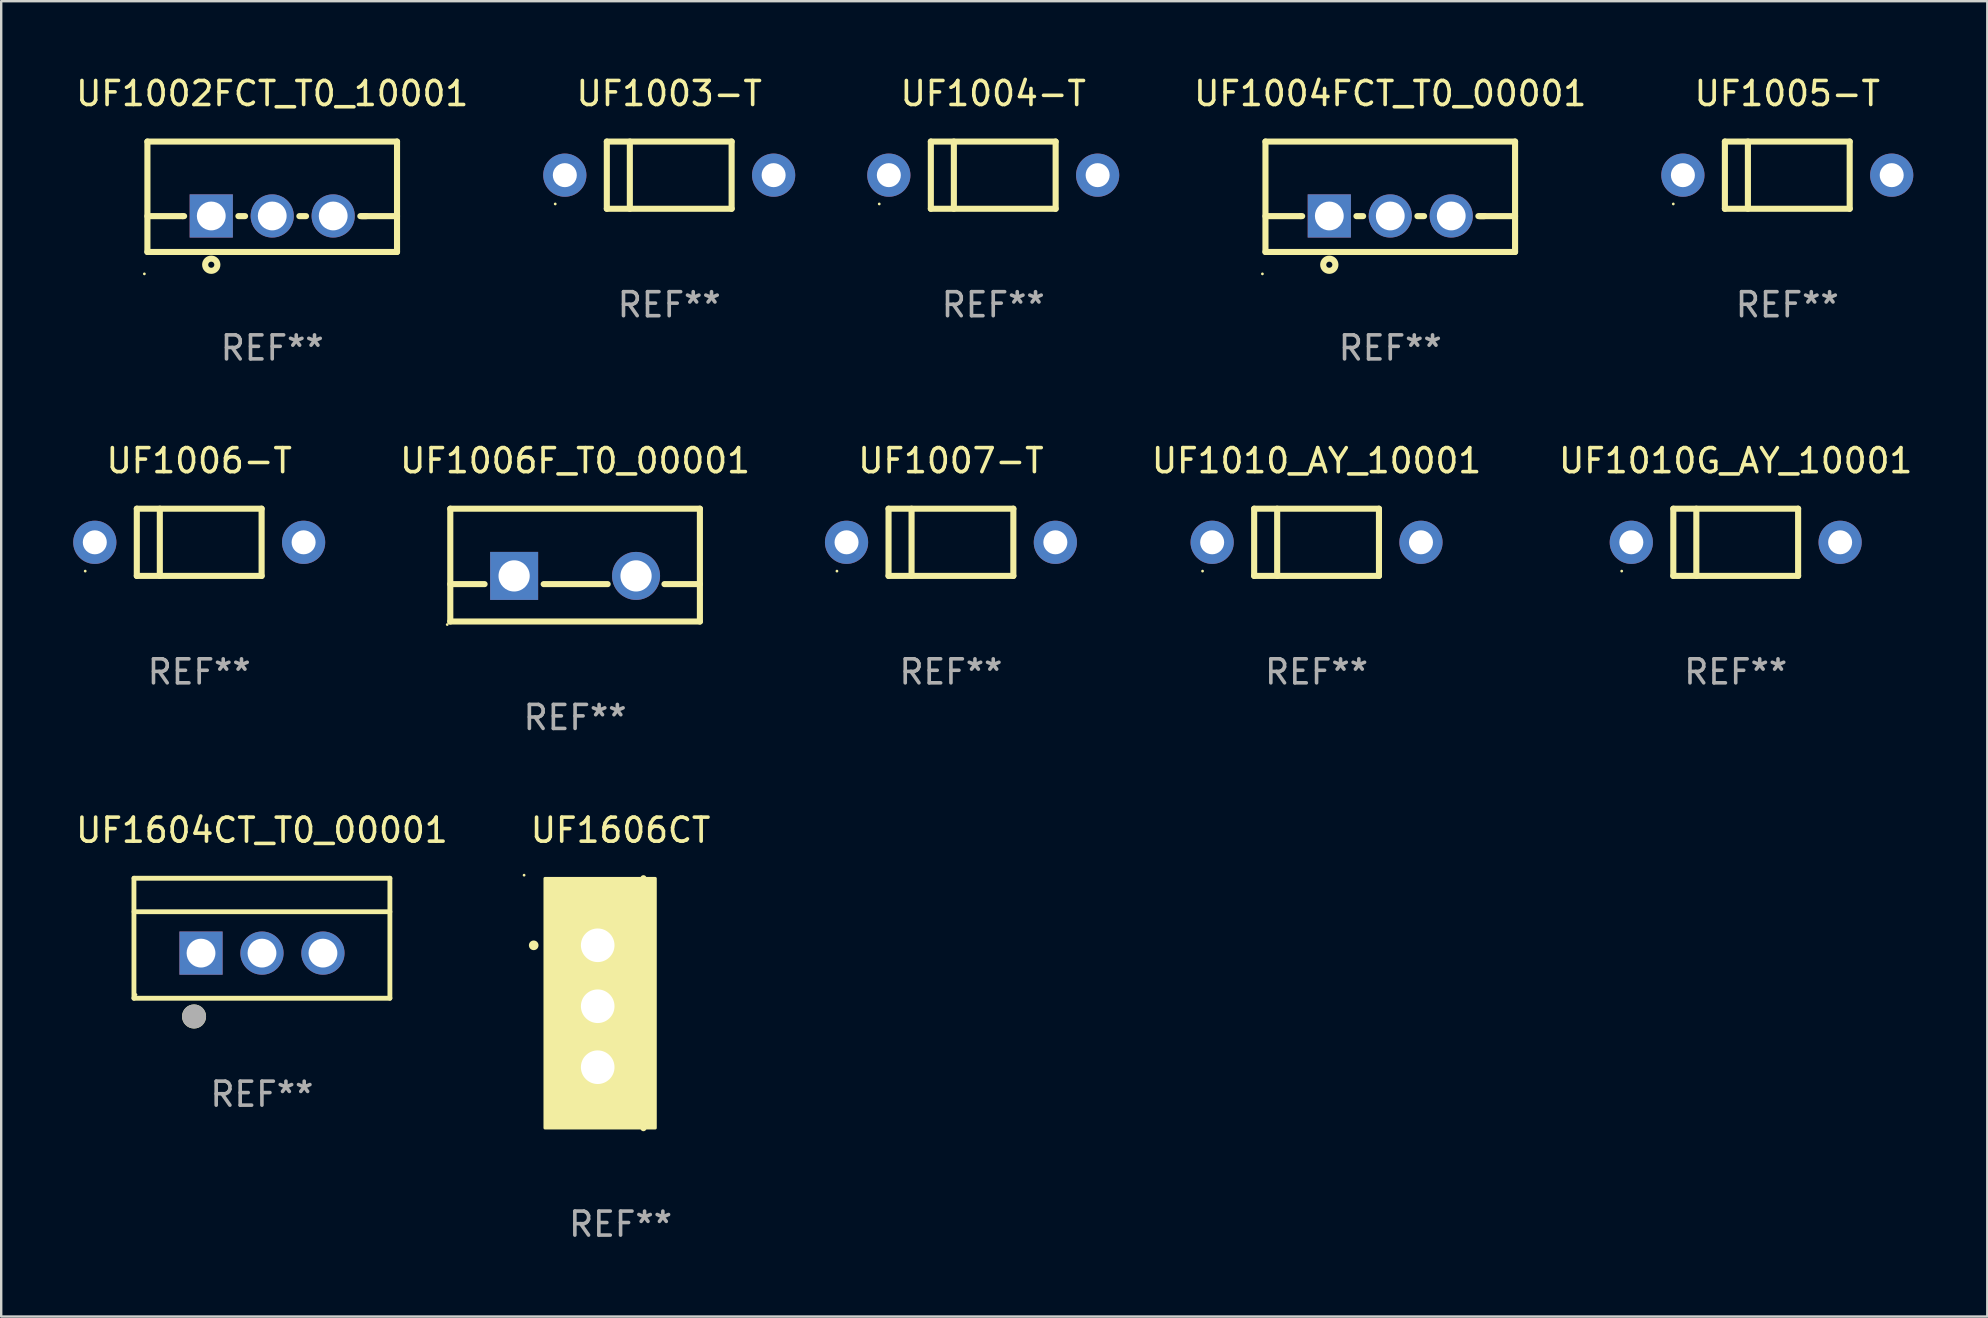
<source format=kicad_pcb>
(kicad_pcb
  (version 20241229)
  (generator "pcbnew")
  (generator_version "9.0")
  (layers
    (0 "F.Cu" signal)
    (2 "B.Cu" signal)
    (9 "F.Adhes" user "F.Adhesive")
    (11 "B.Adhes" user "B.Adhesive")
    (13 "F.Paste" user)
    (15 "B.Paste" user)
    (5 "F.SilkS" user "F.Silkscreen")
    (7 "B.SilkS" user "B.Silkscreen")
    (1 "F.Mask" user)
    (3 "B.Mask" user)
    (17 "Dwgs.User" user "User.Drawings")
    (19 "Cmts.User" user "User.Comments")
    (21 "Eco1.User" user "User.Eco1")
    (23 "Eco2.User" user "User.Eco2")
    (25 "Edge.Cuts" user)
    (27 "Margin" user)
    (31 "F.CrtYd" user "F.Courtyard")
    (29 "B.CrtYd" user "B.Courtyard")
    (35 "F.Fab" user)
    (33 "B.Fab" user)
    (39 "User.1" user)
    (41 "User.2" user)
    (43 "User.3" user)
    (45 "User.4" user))
  (footprint "UF1003-T"
    (layer "F.Cu")
    (at 24.833 4.248)
    (property "Reference" "UF1003-T" (at 0 -3.4 0) (layer "F.SilkS") (effects (font (size 1 1) (thickness 0.15))))
    (attr through_hole)
    (fp_line (start -2.6 -1.4) (end -2.6 1.4) (stroke (width 0.254) (type solid)) (layer "F.SilkS"))
    (fp_line (start -2.6 -1.4) (end 2.6 -1.4) (stroke (width 0.254) (type solid)) (layer "F.SilkS"))
    (fp_line (start -2.6 1.4) (end 2.6 1.4) (stroke (width 0.254) (type solid)) (layer "F.SilkS"))
    (fp_line (start -1.641 -1.4) (end -1.641 1.4) (stroke (width 0.254) (type solid)) (layer "F.SilkS"))
    (fp_line (start 2.6 -1.4) (end 2.6 1.4) (stroke (width 0.254) (type solid)) (layer "F.SilkS"))
    (fp_circle (center -4.75 1.2) (end -4.72 1.2) (stroke (width 0.06) (type solid)) (fill no) (layer "F.SilkS"))
    (fp_text user "REF**" (at 0 5.4 0) (layer "F.Fab") (effects (font (size 1 1) (thickness 0.15))))
    (pad "1" thru_hole circle (at -4.35 0) (size 1.8 1.8) (drill 1) (layers "*.Cu" "*.Mask"))
    (pad "2" thru_hole circle (at 4.35 0) (size 1.8 1.8) (drill 1) (layers "*.Cu" "*.Mask")))
  (footprint "UF1006F_T0_00001"
    (layer "F.Cu")
    (at 20.911 20.495)
    (property "Reference" "UF1006F_T0_00001" (at 0 -4.35 0) (layer "F.SilkS") (effects (font (size 1 1) (thickness 0.15))))
    (attr through_hole)
    (fp_line (start -5.2 -2.35) (end -5.2 2.35) (stroke (width 0.254) (type solid)) (layer "F.SilkS"))
    (fp_line (start -5.2 -2.35) (end 5.2 -2.35) (stroke (width 0.254) (type solid)) (layer "F.SilkS"))
    (fp_line (start -5.2 0.792) (end -3.771 0.792) (stroke (width 0.254) (type solid)) (layer "F.SilkS"))
    (fp_line (start -5.2 2.35) (end 5.2 2.35) (stroke (width 0.254) (type solid)) (layer "F.SilkS"))
    (fp_line (start -1.309 0.792) (end 1.357 0.792) (stroke (width 0.254) (type solid)) (layer "F.SilkS"))
    (fp_line (start 3.723 0.792) (end 5.2 0.792) (stroke (width 0.254) (type solid)) (layer "F.SilkS"))
    (fp_line (start 5.2 -2.35) (end 5.2 2.35) (stroke (width 0.254) (type solid)) (layer "F.SilkS"))
    (fp_circle (center -5.327 2.477) (end -5.297 2.477) (stroke (width 0.06) (type solid)) (fill no) (layer "F.SilkS"))
    (fp_text user "REF**" (at 0 6.35 0) (layer "F.Fab") (effects (font (size 1 1) (thickness 0.15))))
    (pad "1" thru_hole rect (at -2.54 0.45) (size 2 2) (drill 1.3) (layers "*.Cu" "*.Mask"))
    (pad "2" thru_hole circle (at 2.54 0.45) (size 2 2) (drill 1.3) (layers "*.Cu" "*.Mask")))
  (footprint "UF1010_AY_10001"
    (layer "F.Cu")
    (at 51.804 19.545)
    (property "Reference" "UF1010_AY_10001" (at 0 -3.4 0) (layer "F.SilkS") (effects (font (size 1 1) (thickness 0.15))))
    (attr through_hole)
    (fp_line (start -2.6 -1.4) (end -2.6 1.4) (stroke (width 0.254) (type solid)) (layer "F.SilkS"))
    (fp_line (start -2.6 -1.4) (end 2.6 -1.4) (stroke (width 0.254) (type solid)) (layer "F.SilkS"))
    (fp_line (start -2.6 1.4) (end 2.6 1.4) (stroke (width 0.254) (type solid)) (layer "F.SilkS"))
    (fp_line (start -1.641 -1.4) (end -1.641 1.4) (stroke (width 0.254) (type solid)) (layer "F.SilkS"))
    (fp_line (start 2.6 -1.4) (end 2.6 1.4) (stroke (width 0.254) (type solid)) (layer "F.SilkS"))
    (fp_circle (center -4.75 1.2) (end -4.72 1.2) (stroke (width 0.06) (type solid)) (fill no) (layer "F.SilkS"))
    (fp_text user "REF**" (at 0 5.4 0) (layer "F.Fab") (effects (font (size 1 1) (thickness 0.15))))
    (pad "1" thru_hole circle (at -4.35 0) (size 1.8 1.8) (drill 1) (layers "*.Cu" "*.Mask"))
    (pad "2" thru_hole circle (at 4.35 0) (size 1.8 1.8) (drill 1) (layers "*.Cu" "*.Mask")))
  (footprint "UF1007-T"
    (layer "F.Cu")
    (at 36.571 19.545)
    (property "Reference" "UF1007-T" (at 0 -3.4 0) (layer "F.SilkS") (effects (font (size 1 1) (thickness 0.15))))
    (attr through_hole)
    (fp_line (start -2.6 -1.4) (end -2.6 1.4) (stroke (width 0.254) (type solid)) (layer "F.SilkS"))
    (fp_line (start -2.6 -1.4) (end 2.6 -1.4) (stroke (width 0.254) (type solid)) (layer "F.SilkS"))
    (fp_line (start -2.6 1.4) (end 2.6 1.4) (stroke (width 0.254) (type solid)) (layer "F.SilkS"))
    (fp_line (start -1.641 -1.4) (end -1.641 1.4) (stroke (width 0.254) (type solid)) (layer "F.SilkS"))
    (fp_line (start 2.6 -1.4) (end 2.6 1.4) (stroke (width 0.254) (type solid)) (layer "F.SilkS"))
    (fp_circle (center -4.75 1.2) (end -4.72 1.2) (stroke (width 0.06) (type solid)) (fill no) (layer "F.SilkS"))
    (fp_text user "REF**" (at 0 5.4 0) (layer "F.Fab") (effects (font (size 1 1) (thickness 0.15))))
    (pad "1" thru_hole circle (at -4.35 0) (size 1.8 1.8) (drill 1) (layers "*.Cu" "*.Mask"))
    (pad "2" thru_hole circle (at 4.35 0) (size 1.8 1.8) (drill 1) (layers "*.Cu" "*.Mask")))
  (footprint "UF1606CT"
    (layer "F.Cu")
    (at 22.806 38.748)
    (property "Reference" "UF1606CT" (at 0 -7.207 0) (layer "F.SilkS") (effects (font (size 1 1) (thickness 0.15))))
    (attr through_hole)
    (fp_line (start 0.953 5.207) (end 0.953 -5.207) (stroke (width 0.254) (type solid)) (layer "F.SilkS"))
    (fp_arc (start -3.619507 -2.410465) (mid -3.619511 -2.411735) (end -3.619507 -2.413005) (stroke (width 0.4) (type solid)) (layer "F.SilkS"))
    (fp_circle (center -4.02 -5.334) (end -3.99 -5.334) (stroke (width 0.06) (type solid)) (fill no) (layer "F.SilkS"))
    (fp_poly (pts (xy -3.152 -5.2) (xy 1.448 -5.2) (xy 1.448 5.2) (xy -3.152 5.2)) (stroke (width 0.12) (type solid)) (fill yes) (layer "F.SilkS"))
    (fp_text user "REF**" (at 0 9.207 0) (layer "F.Fab") (effects (font (size 1 1) (thickness 0.15))))
    (pad "1" thru_hole rect (at -0.953 -2.413 270) (size 2 2.5) (drill 1.4) (layers "*.Cu" "*.Mask"))
    (pad "2" thru_hole oval (at -0.953 0.127 270) (size 2 2.5) (drill 1.4) (layers "*.Cu" "*.Mask"))
    (pad "3" thru_hole oval (at -0.953 2.667 270) (size 2 2.5) (drill 1.4) (layers "*.Cu" "*.Mask")))
  (footprint "UF1010G_AY_10001"
    (layer "F.Cu")
    (at 69.268 19.545)
    (property "Reference" "UF1010G_AY_10001" (at 0 -3.4 0) (layer "F.SilkS") (effects (font (size 1 1) (thickness 0.15))))
    (attr through_hole)
    (fp_line (start -2.6 -1.4) (end -2.6 1.4) (stroke (width 0.254) (type solid)) (layer "F.SilkS"))
    (fp_line (start -2.6 -1.4) (end 2.6 -1.4) (stroke (width 0.254) (type solid)) (layer "F.SilkS"))
    (fp_line (start -2.6 1.4) (end 2.6 1.4) (stroke (width 0.254) (type solid)) (layer "F.SilkS"))
    (fp_line (start -1.641 -1.4) (end -1.641 1.4) (stroke (width 0.254) (type solid)) (layer "F.SilkS"))
    (fp_line (start 2.6 -1.4) (end 2.6 1.4) (stroke (width 0.254) (type solid)) (layer "F.SilkS"))
    (fp_circle (center -4.75 1.2) (end -4.72 1.2) (stroke (width 0.06) (type solid)) (fill no) (layer "F.SilkS"))
    (fp_text user "REF**" (at 0 5.4 0) (layer "F.Fab") (effects (font (size 1 1) (thickness 0.15))))
    (pad "1" thru_hole circle (at -4.35 0) (size 1.8 1.8) (drill 1) (layers "*.Cu" "*.Mask"))
    (pad "2" thru_hole circle (at 4.35 0) (size 1.8 1.8) (drill 1) (layers "*.Cu" "*.Mask")))
  (footprint "UF1002FCT_T0_10001"
    (layer "F.Cu")
    (at 8.292 5.148)
    (property "Reference" "UF1002FCT_T0_10001" (at 0 -4.3 0) (layer "F.SilkS") (effects (font (size 1 1) (thickness 0.15))))
    (attr through_hole)
    (fp_line (start -5.2 -2.3) (end -5.2 2.3) (stroke (width 0.254) (type solid)) (layer "F.SilkS"))
    (fp_line (start -5.2 -2.3) (end 5.2 -2.3) (stroke (width 0.254) (type solid)) (layer "F.SilkS"))
    (fp_line (start -5.2 0.807) (end -3.731 0.807) (stroke (width 0.254) (type solid)) (layer "F.SilkS"))
    (fp_line (start -5.2 2.3) (end 5.2 2.3) (stroke (width 0.254) (type solid)) (layer "F.SilkS"))
    (fp_line (start -3.731 0.807) (end -3.671 0.807) (stroke (width 0.254) (type solid)) (layer "F.SilkS"))
    (fp_line (start -1.409 0.807) (end -1.131 0.807) (stroke (width 0.254) (type solid)) (layer "F.SilkS"))
    (fp_line (start 1.131 0.807) (end 1.409 0.807) (stroke (width 0.254) (type solid)) (layer "F.SilkS"))
    (fp_line (start 3.671 0.807) (end 3.926 0.807) (stroke (width 0.254) (type solid)) (layer "F.SilkS"))
    (fp_line (start 3.731 0.807) (end 5.2 0.807) (stroke (width 0.254) (type solid)) (layer "F.SilkS"))
    (fp_line (start 5.2 -2.3) (end 5.2 2.3) (stroke (width 0.254) (type solid)) (layer "F.SilkS"))
    (fp_circle (center -5.327 3.213) (end -5.297 3.213) (stroke (width 0.06) (type solid)) (fill no) (layer "F.SilkS"))
    (fp_circle (center -2.54 2.832) (end -2.286 2.832) (stroke (width 0.254) (type solid)) (fill no) (layer "F.SilkS"))
    (fp_text user "REF**" (at 0 6.3 0) (layer "F.Fab") (effects (font (size 1 1) (thickness 0.15))))
    (pad "1" thru_hole rect (at -2.54 0.8) (size 1.8 1.8) (drill 1.2) (layers "*.Cu" "*.Mask"))
    (pad "2" thru_hole circle (at 0 0.8) (size 1.8 1.8) (drill 1.2) (layers "*.Cu" "*.Mask"))
    (pad "3" thru_hole circle (at 2.54 0.8) (size 1.8 1.8) (drill 1.2) (layers "*.Cu" "*.Mask")))
  (footprint "UF1005-T"
    (layer "F.Cu")
    (at 71.417 4.248)
    (property "Reference" "UF1005-T" (at 0 -3.4 0) (layer "F.SilkS") (effects (font (size 1 1) (thickness 0.15))))
    (attr through_hole)
    (fp_line (start -2.6 -1.4) (end -2.6 1.4) (stroke (width 0.254) (type solid)) (layer "F.SilkS"))
    (fp_line (start -2.6 -1.4) (end 2.6 -1.4) (stroke (width 0.254) (type solid)) (layer "F.SilkS"))
    (fp_line (start -2.6 1.4) (end 2.6 1.4) (stroke (width 0.254) (type solid)) (layer "F.SilkS"))
    (fp_line (start -1.641 -1.4) (end -1.641 1.4) (stroke (width 0.254) (type solid)) (layer "F.SilkS"))
    (fp_line (start 2.6 -1.4) (end 2.6 1.4) (stroke (width 0.254) (type solid)) (layer "F.SilkS"))
    (fp_circle (center -4.75 1.2) (end -4.72 1.2) (stroke (width 0.06) (type solid)) (fill no) (layer "F.SilkS"))
    (fp_text user "REF**" (at 0 5.4 0) (layer "F.Fab") (effects (font (size 1 1) (thickness 0.15))))
    (pad "1" thru_hole circle (at -4.35 0) (size 1.8 1.8) (drill 1) (layers "*.Cu" "*.Mask"))
    (pad "2" thru_hole circle (at 4.35 0) (size 1.8 1.8) (drill 1) (layers "*.Cu" "*.Mask")))
  (footprint "UF1004FCT_T0_00001"
    (layer "F.Cu")
    (at 54.875 5.148)
    (property "Reference" "UF1004FCT_T0_00001" (at 0 -4.3 0) (layer "F.SilkS") (effects (font (size 1 1) (thickness 0.15))))
    (attr through_hole)
    (fp_line (start -5.2 -2.3) (end -5.2 2.3) (stroke (width 0.254) (type solid)) (layer "F.SilkS"))
    (fp_line (start -5.2 -2.3) (end 5.2 -2.3) (stroke (width 0.254) (type solid)) (layer "F.SilkS"))
    (fp_line (start -5.2 0.807) (end -3.731 0.807) (stroke (width 0.254) (type solid)) (layer "F.SilkS"))
    (fp_line (start -5.2 2.3) (end 5.2 2.3) (stroke (width 0.254) (type solid)) (layer "F.SilkS"))
    (fp_line (start -3.731 0.807) (end -3.671 0.807) (stroke (width 0.254) (type solid)) (layer "F.SilkS"))
    (fp_line (start -1.409 0.807) (end -1.131 0.807) (stroke (width 0.254) (type solid)) (layer "F.SilkS"))
    (fp_line (start 1.131 0.807) (end 1.409 0.807) (stroke (width 0.254) (type solid)) (layer "F.SilkS"))
    (fp_line (start 3.671 0.807) (end 3.926 0.807) (stroke (width 0.254) (type solid)) (layer "F.SilkS"))
    (fp_line (start 3.731 0.807) (end 5.2 0.807) (stroke (width 0.254) (type solid)) (layer "F.SilkS"))
    (fp_line (start 5.2 -2.3) (end 5.2 2.3) (stroke (width 0.254) (type solid)) (layer "F.SilkS"))
    (fp_circle (center -5.327 3.213) (end -5.297 3.213) (stroke (width 0.06) (type solid)) (fill no) (layer "F.SilkS"))
    (fp_circle (center -2.54 2.832) (end -2.286 2.832) (stroke (width 0.254) (type solid)) (fill no) (layer "F.SilkS"))
    (fp_text user "REF**" (at 0 6.3 0) (layer "F.Fab") (effects (font (size 1 1) (thickness 0.15))))
    (pad "1" thru_hole rect (at -2.54 0.8) (size 1.8 1.8) (drill 1.2) (layers "*.Cu" "*.Mask"))
    (pad "2" thru_hole circle (at 0 0.8) (size 1.8 1.8) (drill 1.2) (layers "*.Cu" "*.Mask"))
    (pad "3" thru_hole circle (at 2.54 0.8) (size 1.8 1.8) (drill 1.2) (layers "*.Cu" "*.Mask")))
  (footprint "UF1604CT_T0_00001"
    (layer "F.Cu")
    (at 7.863 36.041)
    (property "Reference" "UF1604CT_T0_00001" (at 0 -4.5 0) (layer "F.SilkS") (effects (font (size 1 1) (thickness 0.15))))
    (attr through_hole)
    (fp_line (start -5.332 2.5) (end -5.332 -2.5) (stroke (width 0.201) (type solid)) (layer "F.SilkS"))
    (fp_line (start -5.328 -2.5) (end 5.332 -2.5) (stroke (width 0.201) (type solid)) (layer "F.SilkS"))
    (fp_line (start -5.328 -1.104) (end 5.332 -1.104) (stroke (width 0.201) (type solid)) (layer "F.SilkS"))
    (fp_line (start 5.332 -2.5) (end 5.332 2.5) (stroke (width 0.201) (type solid)) (layer "F.SilkS"))
    (fp_line (start 5.332 2.5) (end -5.332 2.5) (stroke (width 0.201) (type solid)) (layer "F.SilkS"))
    (fp_circle (center -5.248 2.35) (end -5.218 2.35) (stroke (width 0.06) (type solid)) (fill no) (layer "F.SilkS"))
    (fp_circle (center -2.828 3.26) (end -2.578 3.26) (stroke (width 0.5) (type solid)) (fill no) (layer "F.SilkS"))
    (fp_circle (center -2.828 3.26) (end -2.578 3.26) (stroke (width 0.5) (type solid)) (fill no) (layer "F.Fab"))
    (fp_text user "REF**" (at 0 6.5 0) (layer "F.Fab") (effects (font (size 1 1) (thickness 0.15))))
    (pad "1" thru_hole rect (at -2.538 0.62) (size 1.8 1.8) (drill 1.2) (layers "*.Cu" "*.Mask"))
    (pad "2" thru_hole circle (at 0.002 0.62) (size 1.8 1.8) (drill 1.2) (layers "*.Cu" "*.Mask"))
    (pad "3" thru_hole circle (at 2.542 0.62) (size 1.8 1.8) (drill 1.2) (layers "*.Cu" "*.Mask")))
  (footprint "UF1004-T"
    (layer "F.Cu")
    (at 38.333 4.248)
    (property "Reference" "UF1004-T" (at 0 -3.4 0) (layer "F.SilkS") (effects (font (size 1 1) (thickness 0.15))))
    (attr through_hole)
    (fp_line (start -2.6 -1.4) (end -2.6 1.4) (stroke (width 0.254) (type solid)) (layer "F.SilkS"))
    (fp_line (start -2.6 -1.4) (end 2.6 -1.4) (stroke (width 0.254) (type solid)) (layer "F.SilkS"))
    (fp_line (start -2.6 1.4) (end 2.6 1.4) (stroke (width 0.254) (type solid)) (layer "F.SilkS"))
    (fp_line (start -1.641 -1.4) (end -1.641 1.4) (stroke (width 0.254) (type solid)) (layer "F.SilkS"))
    (fp_line (start 2.6 -1.4) (end 2.6 1.4) (stroke (width 0.254) (type solid)) (layer "F.SilkS"))
    (fp_circle (center -4.75 1.2) (end -4.72 1.2) (stroke (width 0.06) (type solid)) (fill no) (layer "F.SilkS"))
    (fp_text user "REF**" (at 0 5.4 0) (layer "F.Fab") (effects (font (size 1 1) (thickness 0.15))))
    (pad "1" thru_hole circle (at -4.35 0) (size 1.8 1.8) (drill 1) (layers "*.Cu" "*.Mask"))
    (pad "2" thru_hole circle (at 4.35 0) (size 1.8 1.8) (drill 1) (layers "*.Cu" "*.Mask")))
  (footprint "UF1006-T"
    (layer "F.Cu")
    (at 5.25 19.545)
    (property "Reference" "UF1006-T" (at 0 -3.4 0) (layer "F.SilkS") (effects (font (size 1 1) (thickness 0.15))))
    (attr through_hole)
    (fp_line (start -2.6 -1.4) (end -2.6 1.4) (stroke (width 0.254) (type solid)) (layer "F.SilkS"))
    (fp_line (start -2.6 -1.4) (end 2.6 -1.4) (stroke (width 0.254) (type solid)) (layer "F.SilkS"))
    (fp_line (start -2.6 1.4) (end 2.6 1.4) (stroke (width 0.254) (type solid)) (layer "F.SilkS"))
    (fp_line (start -1.641 -1.4) (end -1.641 1.4) (stroke (width 0.254) (type solid)) (layer "F.SilkS"))
    (fp_line (start 2.6 -1.4) (end 2.6 1.4) (stroke (width 0.254) (type solid)) (layer "F.SilkS"))
    (fp_circle (center -4.75 1.2) (end -4.72 1.2) (stroke (width 0.06) (type solid)) (fill no) (layer "F.SilkS"))
    (fp_text user "REF**" (at 0 5.4 0) (layer "F.Fab") (effects (font (size 1 1) (thickness 0.15))))
    (pad "1" thru_hole circle (at -4.35 0) (size 1.8 1.8) (drill 1) (layers "*.Cu" "*.Mask"))
    (pad "2" thru_hole circle (at 4.35 0) (size 1.8 1.8) (drill 1) (layers "*.Cu" "*.Mask")))
  (gr_rect
    (start -3 -3)
    (end 79.75 51.804)
    (stroke (width 0.1) (type default))
    (fill no)
    (layer "Edge.Cuts")))
</source>
